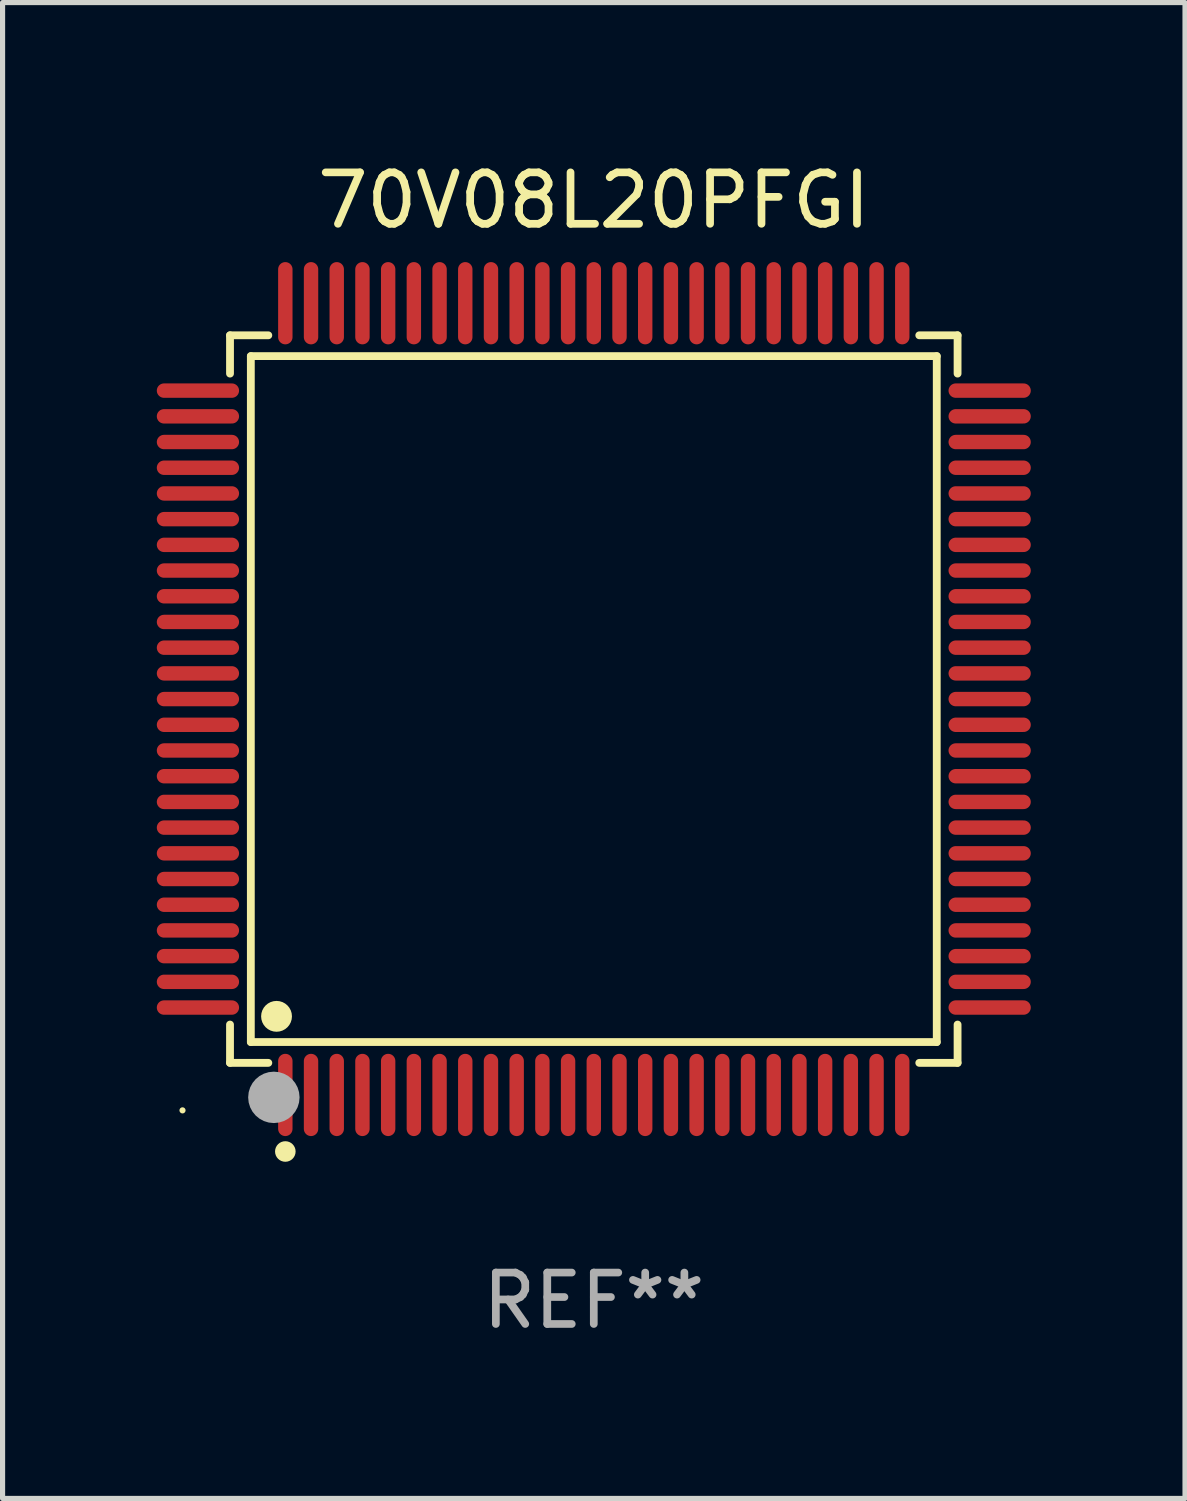
<source format=kicad_pcb>
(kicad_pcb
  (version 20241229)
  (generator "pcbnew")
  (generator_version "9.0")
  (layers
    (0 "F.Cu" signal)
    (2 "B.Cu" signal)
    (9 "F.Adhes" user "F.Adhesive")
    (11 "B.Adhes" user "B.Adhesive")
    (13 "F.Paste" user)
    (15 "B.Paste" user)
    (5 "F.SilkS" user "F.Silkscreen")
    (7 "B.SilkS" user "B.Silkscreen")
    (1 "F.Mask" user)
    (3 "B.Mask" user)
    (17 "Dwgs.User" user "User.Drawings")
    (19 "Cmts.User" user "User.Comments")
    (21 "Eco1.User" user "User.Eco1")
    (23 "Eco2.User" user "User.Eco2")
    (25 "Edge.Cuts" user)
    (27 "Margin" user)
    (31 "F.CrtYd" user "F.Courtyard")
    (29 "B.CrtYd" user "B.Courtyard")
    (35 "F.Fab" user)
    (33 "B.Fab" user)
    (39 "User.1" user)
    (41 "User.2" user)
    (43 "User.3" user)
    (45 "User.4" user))
  (footprint "70V08L20PFGI"
    (layer "F.Cu")
    (at 8.5 10.548)
    (property "Reference" "70V08L20PFGI" (at 0 -9.7 0) (layer "F.SilkS") (effects (font (size 1 1) (thickness 0.15))))
    (attr through_hole)
    (fp_line (start -7.076 -7.076) (end -6.331 -7.076) (stroke (width 0.152) (type solid)) (layer "F.SilkS"))
    (fp_line (start -7.076 -6.331) (end -7.076 -7.076) (stroke (width 0.152) (type solid)) (layer "F.SilkS"))
    (fp_line (start -7.076 6.331) (end -7.076 7.076) (stroke (width 0.152) (type solid)) (layer "F.SilkS"))
    (fp_line (start -7.076 7.076) (end -6.331 7.076) (stroke (width 0.152) (type solid)) (layer "F.SilkS"))
    (fp_line (start -6.671 -6.671) (end 6.671 -6.671) (stroke (width 0.152) (type solid)) (layer "F.SilkS"))
    (fp_line (start -6.671 6.671) (end -6.671 -6.671) (stroke (width 0.152) (type solid)) (layer "F.SilkS"))
    (fp_line (start 6.671 -6.671) (end 6.671 6.671) (stroke (width 0.152) (type solid)) (layer "F.SilkS"))
    (fp_line (start 6.671 6.671) (end -6.671 6.671) (stroke (width 0.152) (type solid)) (layer "F.SilkS"))
    (fp_line (start 7.076 -7.076) (end 6.331 -7.076) (stroke (width 0.152) (type solid)) (layer "F.SilkS"))
    (fp_line (start 7.076 -6.331) (end 7.076 -7.076) (stroke (width 0.152) (type solid)) (layer "F.SilkS"))
    (fp_line (start 7.076 6.331) (end 7.076 7.076) (stroke (width 0.152) (type solid)) (layer "F.SilkS"))
    (fp_line (start 7.076 7.076) (end 6.331 7.076) (stroke (width 0.152) (type solid)) (layer "F.SilkS"))
    (fp_circle (center -8 8) (end -7.97 8) (stroke (width 0.06) (type solid)) (fill no) (layer "F.SilkS"))
    (fp_circle (center -6.171 6.171) (end -6.021 6.171) (stroke (width 0.3) (type solid)) (fill no) (layer "F.SilkS"))
    (fp_circle (center -6 8.8) (end -5.9 8.8) (stroke (width 0.2) (type solid)) (fill no) (layer "F.SilkS"))
    (fp_circle (center -6.223 7.747) (end -5.973 7.747) (stroke (width 0.5) (type solid)) (fill no) (layer "F.Fab"))
    (fp_text user "REF**" (at 0 11.7 0) (layer "F.Fab") (effects (font (size 1 1) (thickness 0.15))))
    (pad "1" smd oval (at -6 7.7) (size 0.28 1.6) (layers "F.Cu" "F.Mask" "F.Paste"))
    (pad "2" smd oval (at -5.5 7.7) (size 0.28 1.6) (layers "F.Cu" "F.Mask" "F.Paste"))
    (pad "3" smd oval (at -5 7.7) (size 0.28 1.6) (layers "F.Cu" "F.Mask" "F.Paste"))
    (pad "4" smd oval (at -4.5 7.7) (size 0.28 1.6) (layers "F.Cu" "F.Mask" "F.Paste"))
    (pad "5" smd oval (at -4 7.7) (size 0.28 1.6) (layers "F.Cu" "F.Mask" "F.Paste"))
    (pad "6" smd oval (at -3.5 7.7) (size 0.28 1.6) (layers "F.Cu" "F.Mask" "F.Paste"))
    (pad "7" smd oval (at -3 7.7) (size 0.28 1.6) (layers "F.Cu" "F.Mask" "F.Paste"))
    (pad "8" smd oval (at -2.5 7.7) (size 0.28 1.6) (layers "F.Cu" "F.Mask" "F.Paste"))
    (pad "9" smd oval (at -2 7.7) (size 0.28 1.6) (layers "F.Cu" "F.Mask" "F.Paste"))
    (pad "10" smd oval (at -1.5 7.7) (size 0.28 1.6) (layers "F.Cu" "F.Mask" "F.Paste"))
    (pad "11" smd oval (at -1 7.7) (size 0.28 1.6) (layers "F.Cu" "F.Mask" "F.Paste"))
    (pad "12" smd oval (at -0.5 7.7) (size 0.28 1.6) (layers "F.Cu" "F.Mask" "F.Paste"))
    (pad "13" smd oval (at 0 7.7) (size 0.28 1.6) (layers "F.Cu" "F.Mask" "F.Paste"))
    (pad "14" smd oval (at 0.5 7.7) (size 0.28 1.6) (layers "F.Cu" "F.Mask" "F.Paste"))
    (pad "15" smd oval (at 1 7.7) (size 0.28 1.6) (layers "F.Cu" "F.Mask" "F.Paste"))
    (pad "16" smd oval (at 1.5 7.7) (size 0.28 1.6) (layers "F.Cu" "F.Mask" "F.Paste"))
    (pad "17" smd oval (at 2 7.7) (size 0.28 1.6) (layers "F.Cu" "F.Mask" "F.Paste"))
    (pad "18" smd oval (at 2.5 7.7) (size 0.28 1.6) (layers "F.Cu" "F.Mask" "F.Paste"))
    (pad "19" smd oval (at 3 7.7) (size 0.28 1.6) (layers "F.Cu" "F.Mask" "F.Paste"))
    (pad "20" smd oval (at 3.5 7.7) (size 0.28 1.6) (layers "F.Cu" "F.Mask" "F.Paste"))
    (pad "21" smd oval (at 4 7.7) (size 0.28 1.6) (layers "F.Cu" "F.Mask" "F.Paste"))
    (pad "22" smd oval (at 4.5 7.7) (size 0.28 1.6) (layers "F.Cu" "F.Mask" "F.Paste"))
    (pad "23" smd oval (at 5 7.7) (size 0.28 1.6) (layers "F.Cu" "F.Mask" "F.Paste"))
    (pad "24" smd oval (at 5.5 7.7) (size 0.28 1.6) (layers "F.Cu" "F.Mask" "F.Paste"))
    (pad "25" smd oval (at 6 7.7) (size 0.28 1.6) (layers "F.Cu" "F.Mask" "F.Paste"))
    (pad "26" smd oval (at 7.7 6) (size 1.6 0.28) (layers "F.Cu" "F.Mask" "F.Paste"))
    (pad "27" smd oval (at 7.7 5.5) (size 1.6 0.28) (layers "F.Cu" "F.Mask" "F.Paste"))
    (pad "28" smd oval (at 7.7 5) (size 1.6 0.28) (layers "F.Cu" "F.Mask" "F.Paste"))
    (pad "29" smd oval (at 7.7 4.5) (size 1.6 0.28) (layers "F.Cu" "F.Mask" "F.Paste"))
    (pad "30" smd oval (at 7.7 4) (size 1.6 0.28) (layers "F.Cu" "F.Mask" "F.Paste"))
    (pad "31" smd oval (at 7.7 3.5) (size 1.6 0.28) (layers "F.Cu" "F.Mask" "F.Paste"))
    (pad "32" smd oval (at 7.7 3) (size 1.6 0.28) (layers "F.Cu" "F.Mask" "F.Paste"))
    (pad "33" smd oval (at 7.7 2.5) (size 1.6 0.28) (layers "F.Cu" "F.Mask" "F.Paste"))
    (pad "34" smd oval (at 7.7 2) (size 1.6 0.28) (layers "F.Cu" "F.Mask" "F.Paste"))
    (pad "35" smd oval (at 7.7 1.5) (size 1.6 0.28) (layers "F.Cu" "F.Mask" "F.Paste"))
    (pad "36" smd oval (at 7.7 1) (size 1.6 0.28) (layers "F.Cu" "F.Mask" "F.Paste"))
    (pad "37" smd oval (at 7.7 0.5) (size 1.6 0.28) (layers "F.Cu" "F.Mask" "F.Paste"))
    (pad "38" smd oval (at 7.7 0) (size 1.6 0.28) (layers "F.Cu" "F.Mask" "F.Paste"))
    (pad "39" smd oval (at 7.7 -0.5) (size 1.6 0.28) (layers "F.Cu" "F.Mask" "F.Paste"))
    (pad "40" smd oval (at 7.7 -1) (size 1.6 0.28) (layers "F.Cu" "F.Mask" "F.Paste"))
    (pad "41" smd oval (at 7.7 -1.5) (size 1.6 0.28) (layers "F.Cu" "F.Mask" "F.Paste"))
    (pad "42" smd oval (at 7.7 -2) (size 1.6 0.28) (layers "F.Cu" "F.Mask" "F.Paste"))
    (pad "43" smd oval (at 7.7 -2.5) (size 1.6 0.28) (layers "F.Cu" "F.Mask" "F.Paste"))
    (pad "44" smd oval (at 7.7 -3) (size 1.6 0.28) (layers "F.Cu" "F.Mask" "F.Paste"))
    (pad "45" smd oval (at 7.7 -3.5) (size 1.6 0.28) (layers "F.Cu" "F.Mask" "F.Paste"))
    (pad "46" smd oval (at 7.7 -4) (size 1.6 0.28) (layers "F.Cu" "F.Mask" "F.Paste"))
    (pad "47" smd oval (at 7.7 -4.5) (size 1.6 0.28) (layers "F.Cu" "F.Mask" "F.Paste"))
    (pad "48" smd oval (at 7.7 -5) (size 1.6 0.28) (layers "F.Cu" "F.Mask" "F.Paste"))
    (pad "49" smd oval (at 7.7 -5.5) (size 1.6 0.28) (layers "F.Cu" "F.Mask" "F.Paste"))
    (pad "50" smd oval (at 7.7 -6) (size 1.6 0.28) (layers "F.Cu" "F.Mask" "F.Paste"))
    (pad "51" smd oval (at 6 -7.7) (size 0.28 1.6) (layers "F.Cu" "F.Mask" "F.Paste"))
    (pad "52" smd oval (at 5.5 -7.7) (size 0.28 1.6) (layers "F.Cu" "F.Mask" "F.Paste"))
    (pad "53" smd oval (at 5 -7.7) (size 0.28 1.6) (layers "F.Cu" "F.Mask" "F.Paste"))
    (pad "54" smd oval (at 4.5 -7.7) (size 0.28 1.6) (layers "F.Cu" "F.Mask" "F.Paste"))
    (pad "55" smd oval (at 4 -7.7) (size 0.28 1.6) (layers "F.Cu" "F.Mask" "F.Paste"))
    (pad "56" smd oval (at 3.5 -7.7) (size 0.28 1.6) (layers "F.Cu" "F.Mask" "F.Paste"))
    (pad "57" smd oval (at 3 -7.7) (size 0.28 1.6) (layers "F.Cu" "F.Mask" "F.Paste"))
    (pad "58" smd oval (at 2.5 -7.7) (size 0.28 1.6) (layers "F.Cu" "F.Mask" "F.Paste"))
    (pad "59" smd oval (at 2 -7.7) (size 0.28 1.6) (layers "F.Cu" "F.Mask" "F.Paste"))
    (pad "60" smd oval (at 1.5 -7.7) (size 0.28 1.6) (layers "F.Cu" "F.Mask" "F.Paste"))
    (pad "61" smd oval (at 1 -7.7) (size 0.28 1.6) (layers "F.Cu" "F.Mask" "F.Paste"))
    (pad "62" smd oval (at 0.5 -7.7) (size 0.28 1.6) (layers "F.Cu" "F.Mask" "F.Paste"))
    (pad "63" smd oval (at 0 -7.7) (size 0.28 1.6) (layers "F.Cu" "F.Mask" "F.Paste"))
    (pad "64" smd oval (at -0.5 -7.7) (size 0.28 1.6) (layers "F.Cu" "F.Mask" "F.Paste"))
    (pad "65" smd oval (at -1 -7.7) (size 0.28 1.6) (layers "F.Cu" "F.Mask" "F.Paste"))
    (pad "66" smd oval (at -1.5 -7.7) (size 0.28 1.6) (layers "F.Cu" "F.Mask" "F.Paste"))
    (pad "67" smd oval (at -2 -7.7) (size 0.28 1.6) (layers "F.Cu" "F.Mask" "F.Paste"))
    (pad "68" smd oval (at -2.5 -7.7) (size 0.28 1.6) (layers "F.Cu" "F.Mask" "F.Paste"))
    (pad "69" smd oval (at -3 -7.7) (size 0.28 1.6) (layers "F.Cu" "F.Mask" "F.Paste"))
    (pad "70" smd oval (at -3.5 -7.7) (size 0.28 1.6) (layers "F.Cu" "F.Mask" "F.Paste"))
    (pad "71" smd oval (at -4 -7.7) (size 0.28 1.6) (layers "F.Cu" "F.Mask" "F.Paste"))
    (pad "72" smd oval (at -4.5 -7.7) (size 0.28 1.6) (layers "F.Cu" "F.Mask" "F.Paste"))
    (pad "73" smd oval (at -5 -7.7) (size 0.28 1.6) (layers "F.Cu" "F.Mask" "F.Paste"))
    (pad "74" smd oval (at -5.5 -7.7) (size 0.28 1.6) (layers "F.Cu" "F.Mask" "F.Paste"))
    (pad "75" smd oval (at -6 -7.7) (size 0.28 1.6) (layers "F.Cu" "F.Mask" "F.Paste"))
    (pad "76" smd oval (at -7.7 -6) (size 1.6 0.28) (layers "F.Cu" "F.Mask" "F.Paste"))
    (pad "77" smd oval (at -7.7 -5.5) (size 1.6 0.28) (layers "F.Cu" "F.Mask" "F.Paste"))
    (pad "78" smd oval (at -7.7 -5) (size 1.6 0.28) (layers "F.Cu" "F.Mask" "F.Paste"))
    (pad "79" smd oval (at -7.7 -4.5) (size 1.6 0.28) (layers "F.Cu" "F.Mask" "F.Paste"))
    (pad "80" smd oval (at -7.7 -4) (size 1.6 0.28) (layers "F.Cu" "F.Mask" "F.Paste"))
    (pad "81" smd oval (at -7.7 -3.5) (size 1.6 0.28) (layers "F.Cu" "F.Mask" "F.Paste"))
    (pad "82" smd oval (at -7.7 -3) (size 1.6 0.28) (layers "F.Cu" "F.Mask" "F.Paste"))
    (pad "83" smd oval (at -7.7 -2.5) (size 1.6 0.28) (layers "F.Cu" "F.Mask" "F.Paste"))
    (pad "84" smd oval (at -7.7 -2) (size 1.6 0.28) (layers "F.Cu" "F.Mask" "F.Paste"))
    (pad "85" smd oval (at -7.7 -1.5) (size 1.6 0.28) (layers "F.Cu" "F.Mask" "F.Paste"))
    (pad "86" smd oval (at -7.7 -1) (size 1.6 0.28) (layers "F.Cu" "F.Mask" "F.Paste"))
    (pad "87" smd oval (at -7.7 -0.5) (size 1.6 0.28) (layers "F.Cu" "F.Mask" "F.Paste"))
    (pad "88" smd oval (at -7.7 0) (size 1.6 0.28) (layers "F.Cu" "F.Mask" "F.Paste"))
    (pad "89" smd oval (at -7.7 0.5) (size 1.6 0.28) (layers "F.Cu" "F.Mask" "F.Paste"))
    (pad "90" smd oval (at -7.7 1) (size 1.6 0.28) (layers "F.Cu" "F.Mask" "F.Paste"))
    (pad "91" smd oval (at -7.7 1.5) (size 1.6 0.28) (layers "F.Cu" "F.Mask" "F.Paste"))
    (pad "92" smd oval (at -7.7 2) (size 1.6 0.28) (layers "F.Cu" "F.Mask" "F.Paste"))
    (pad "93" smd oval (at -7.7 2.5) (size 1.6 0.28) (layers "F.Cu" "F.Mask" "F.Paste"))
    (pad "94" smd oval (at -7.7 3) (size 1.6 0.28) (layers "F.Cu" "F.Mask" "F.Paste"))
    (pad "95" smd oval (at -7.7 3.5) (size 1.6 0.28) (layers "F.Cu" "F.Mask" "F.Paste"))
    (pad "96" smd oval (at -7.7 4) (size 1.6 0.28) (layers "F.Cu" "F.Mask" "F.Paste"))
    (pad "97" smd oval (at -7.7 4.5) (size 1.6 0.28) (layers "F.Cu" "F.Mask" "F.Paste"))
    (pad "98" smd oval (at -7.7 5) (size 1.6 0.28) (layers "F.Cu" "F.Mask" "F.Paste"))
    (pad "99" smd oval (at -7.7 5.5) (size 1.6 0.28) (layers "F.Cu" "F.Mask" "F.Paste"))
    (pad "100" smd oval (at -7.7 6) (size 1.6 0.28) (layers "F.Cu" "F.Mask" "F.Paste")))
  (gr_rect
    (start -3 -3)
    (end 20 26.097)
    (stroke (width 0.1) (type default))
    (fill no)
    (layer "Edge.Cuts")))
</source>
